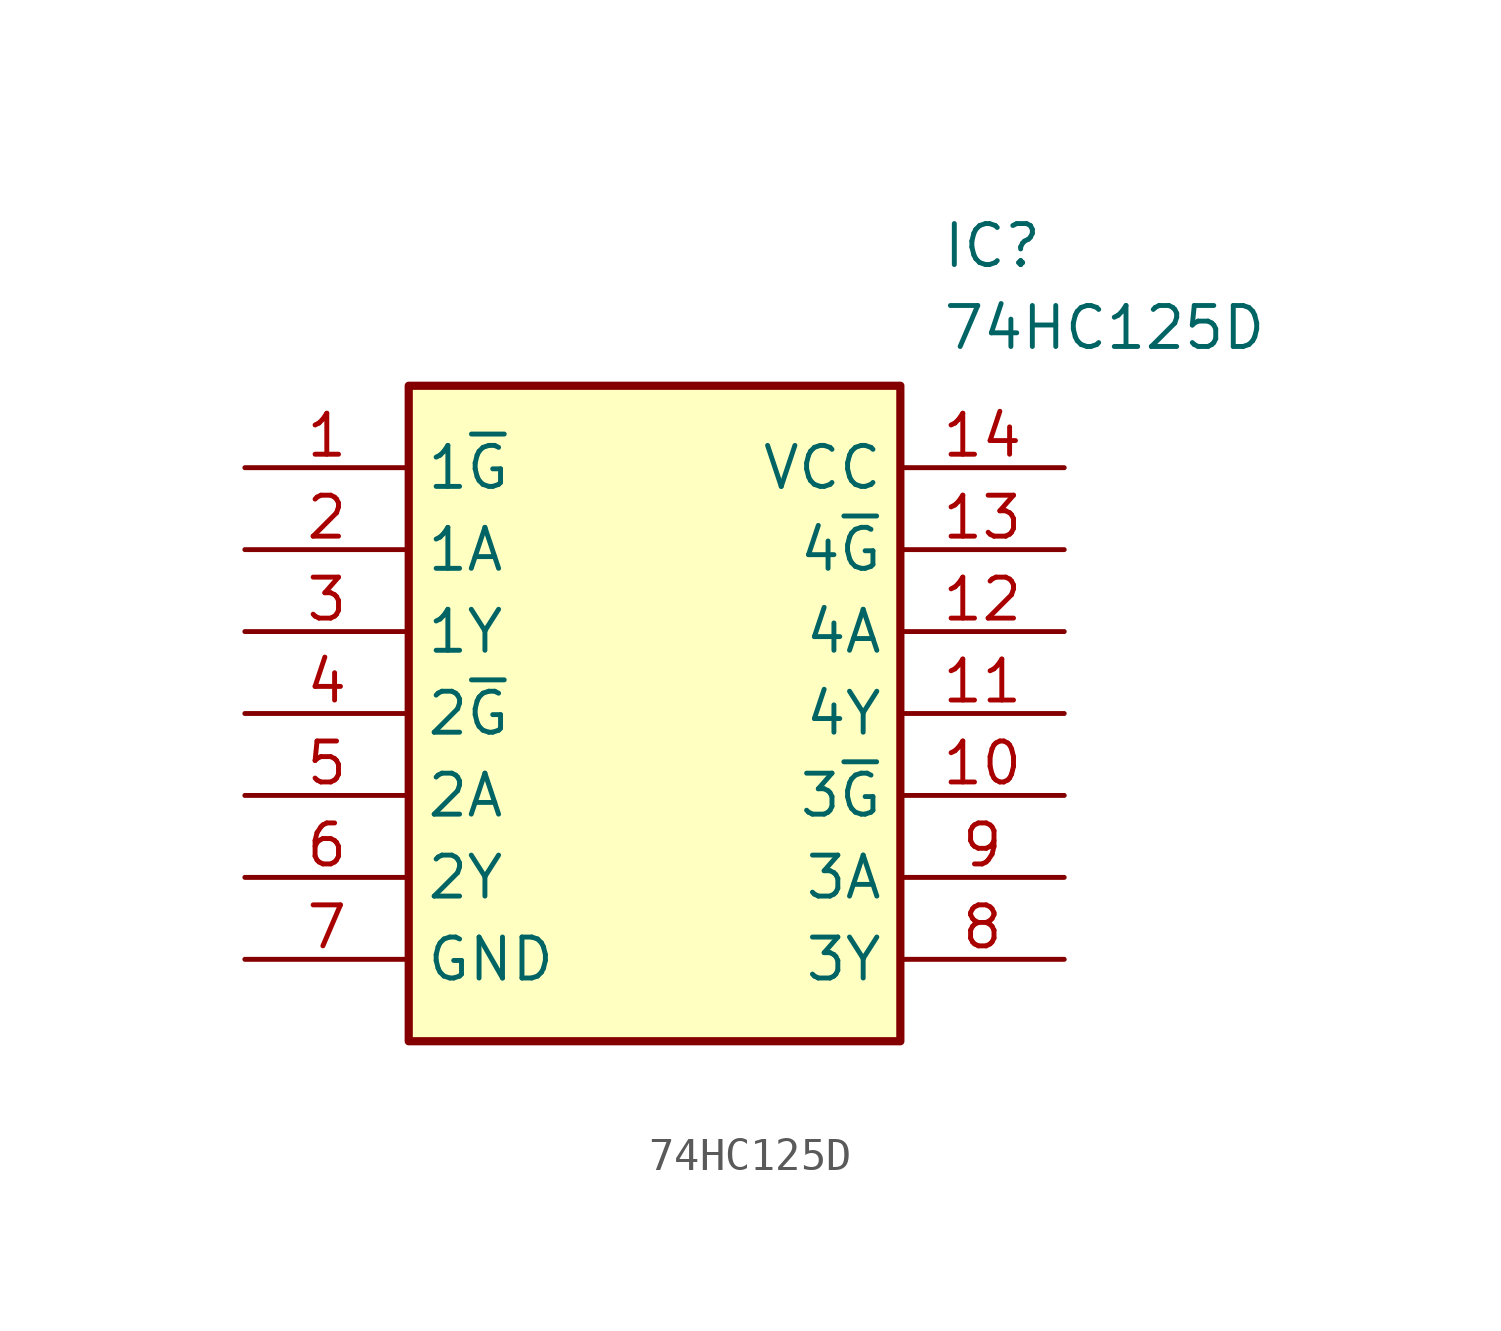
<source format=kicad_sym>
(kicad_symbol_lib
  (version 20211014)
  (generator SamacSys_ECAD_Model)
  (symbol "74HC125D"
    (property "Reference" "IC"
      (at 21.59 7.62 0)
      (effects (font (size 1.27 1.27)) (justify left top)))
    (property "Value" "74HC125D"
      (at 21.59 5.08 0)
      (effects (font (size 1.27 1.27)) (justify left top)))
    (rectangle
      (start 5.08 2.54)
      (end 20.32 -17.78)
      (stroke (width 0.254) (type default))
      (fill (type background)))
    (pin passive line
      (at 0 0 0)
      (length 5.08)
      (name "1~{G}" (effects (font (size 1.27 1.27))))
      (number "1" (effects (font (size 1.27 1.27)))))
    (pin passive line
      (at 0 -2.54 0)
      (length 5.08)
      (name "1A" (effects (font (size 1.27 1.27))))
      (number "2" (effects (font (size 1.27 1.27)))))
    (pin passive line
      (at 0 -5.08 0)
      (length 5.08)
      (name "1Y" (effects (font (size 1.27 1.27))))
      (number "3" (effects (font (size 1.27 1.27)))))
    (pin passive line
      (at 0 -7.62 0)
      (length 5.08)
      (name "2~{G}" (effects (font (size 1.27 1.27))))
      (number "4" (effects (font (size 1.27 1.27)))))
    (pin passive line
      (at 0 -10.16 0)
      (length 5.08)
      (name "2A" (effects (font (size 1.27 1.27))))
      (number "5" (effects (font (size 1.27 1.27)))))
    (pin passive line
      (at 0 -12.7 0)
      (length 5.08)
      (name "2Y" (effects (font (size 1.27 1.27))))
      (number "6" (effects (font (size 1.27 1.27)))))
    (pin passive line
      (at 0 -15.24 0)
      (length 5.08)
      (name "GND" (effects (font (size 1.27 1.27))))
      (number "7" (effects (font (size 1.27 1.27)))))
    (pin passive line
      (at 25.4 0 180)
      (length 5.08)
      (name "VCC" (effects (font (size 1.27 1.27))))
      (number "14" (effects (font (size 1.27 1.27)))))
    (pin passive line
      (at 25.4 -2.54 180)
      (length 5.08)
      (name "4~{G}" (effects (font (size 1.27 1.27))))
      (number "13" (effects (font (size 1.27 1.27)))))
    (pin passive line
      (at 25.4 -5.08 180)
      (length 5.08)
      (name "4A" (effects (font (size 1.27 1.27))))
      (number "12" (effects (font (size 1.27 1.27)))))
    (pin passive line
      (at 25.4 -7.62 180)
      (length 5.08)
      (name "4Y" (effects (font (size 1.27 1.27))))
      (number "11" (effects (font (size 1.27 1.27)))))
    (pin passive line
      (at 25.4 -10.16 180)
      (length 5.08)
      (name "3~{G}" (effects (font (size 1.27 1.27))))
      (number "10" (effects (font (size 1.27 1.27)))))
    (pin passive line
      (at 25.4 -12.7 180)
      (length 5.08)
      (name "3A" (effects (font (size 1.27 1.27))))
      (number "9" (effects (font (size 1.27 1.27)))))
    (pin passive line
      (at 25.4 -15.24 180)
      (length 5.08)
      (name "3Y" (effects (font (size 1.27 1.27))))
      (number "8" (effects (font (size 1.27 1.27)))))))
</source>
